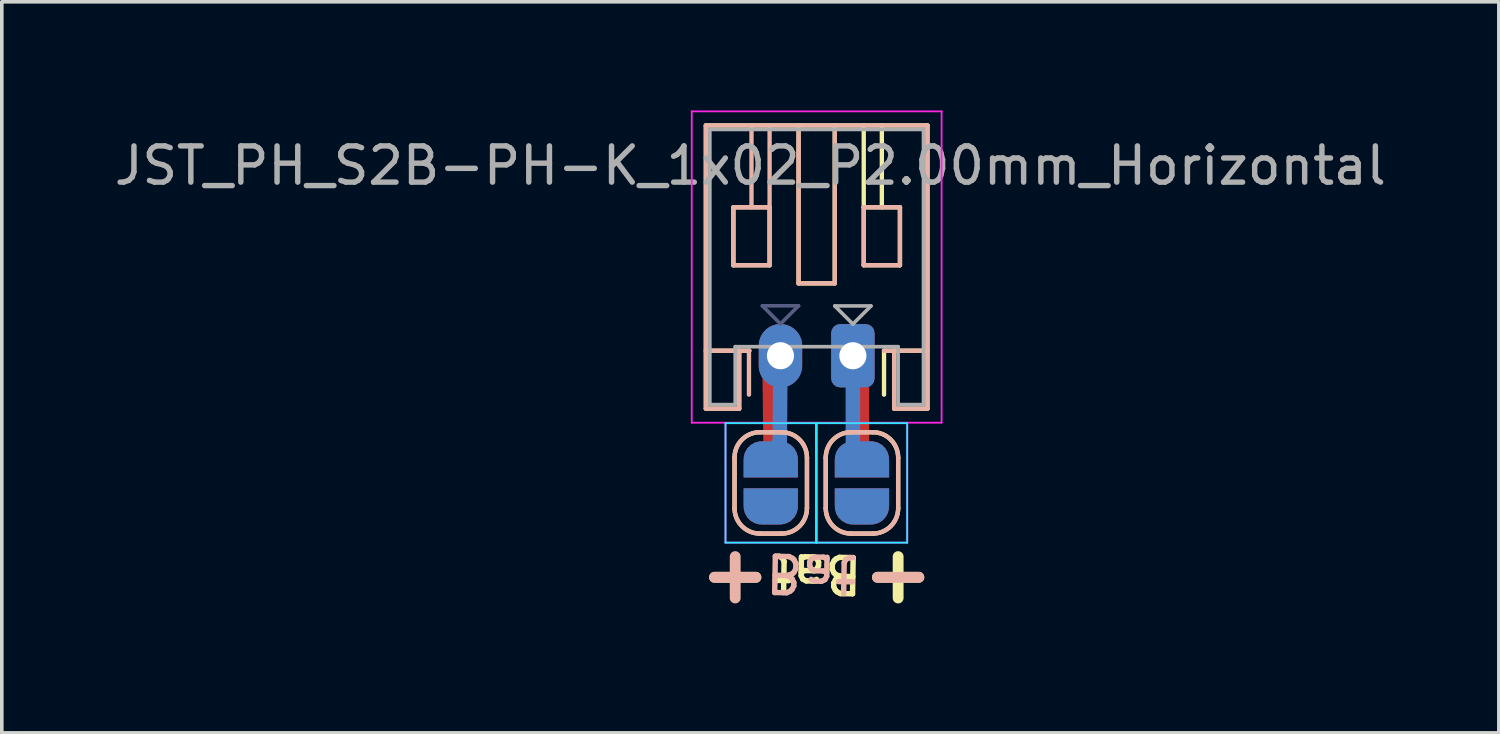
<source format=kicad_pcb>
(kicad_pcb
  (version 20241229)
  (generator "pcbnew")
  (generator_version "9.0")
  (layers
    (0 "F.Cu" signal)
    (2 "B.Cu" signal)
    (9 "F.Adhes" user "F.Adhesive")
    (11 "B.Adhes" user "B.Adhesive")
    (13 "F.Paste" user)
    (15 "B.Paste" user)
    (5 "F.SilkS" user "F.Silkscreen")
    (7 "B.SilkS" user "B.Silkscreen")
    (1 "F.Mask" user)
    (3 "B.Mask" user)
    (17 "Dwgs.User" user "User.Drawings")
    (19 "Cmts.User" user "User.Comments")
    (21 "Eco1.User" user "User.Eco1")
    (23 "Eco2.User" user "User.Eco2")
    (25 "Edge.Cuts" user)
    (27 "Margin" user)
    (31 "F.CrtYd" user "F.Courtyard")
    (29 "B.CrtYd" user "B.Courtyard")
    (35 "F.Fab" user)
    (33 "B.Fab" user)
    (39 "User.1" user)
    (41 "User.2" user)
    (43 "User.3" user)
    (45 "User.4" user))
  (footprint "JST_PH_S2B-PH-K_1x02_P2.00mm_Horizontal"
    (layer "F.Cu")
    (at 19.505 6.787)
    (property "Reference" "JST_PH_S2B-PH-K_1x02_P2.00mm_Horizontal" (at -1.832 -5.262 0) (layer "F.Fab") (effects (font (size 1 1) (thickness 0.15))))
    (attr through_hole allow_soldermask_bridges)
    (fp_line (start -3.06 -6.372) (end -3.06 1.448) (stroke (width 0.12) (type solid)) (layer "F.SilkS"))
    (fp_line (start -3.06 -0.152) (end -2.14 -0.152) (stroke (width 0.12) (type solid)) (layer "F.SilkS"))
    (fp_line (start -3.06 1.448) (end -2.14 1.448) (stroke (width 0.12) (type solid)) (layer "F.SilkS"))
    (fp_line (start -2.3 -4.112) (end -1.3 -4.112) (stroke (width 0.12) (type solid)) (layer "F.SilkS"))
    (fp_line (start -2.3 -2.512) (end -2.3 -4.112) (stroke (width 0.12) (type solid)) (layer "F.SilkS"))
    (fp_line (start -2.268 4.2) (end -2.268 2.8) (stroke (width 0.12) (type solid)) (layer "F.SilkS"))
    (fp_line (start -2.14 -0.152) (end -1.86 -0.152) (stroke (width 0.12) (type solid)) (layer "F.SilkS"))
    (fp_line (start -2.14 1.448) (end -2.14 -0.152) (stroke (width 0.12) (type solid)) (layer "F.SilkS"))
    (fp_line (start -1.568 2.1) (end -0.968 2.1) (stroke (width 0.12) (type solid)) (layer "F.SilkS"))
    (fp_line (start -1.3 -4.112) (end -1.3 -2.512) (stroke (width 0.12) (type solid)) (layer "F.SilkS"))
    (fp_line (start -1.3 -2.512) (end -2.3 -2.512) (stroke (width 0.12) (type solid)) (layer "F.SilkS"))
    (fp_line (start -0.968 4.9) (end -1.568 4.9) (stroke (width 0.12) (type solid)) (layer "F.SilkS"))
    (fp_line (start -0.5 -2.012) (end -0.5 -6.372) (stroke (width 0.12) (type solid)) (layer "F.SilkS"))
    (fp_line (start -0.268 2.8) (end -0.268 4.2) (stroke (width 0.12) (type solid)) (layer "F.SilkS"))
    (fp_line (start 0.251 4.2) (end 0.251 2.8) (stroke (width 0.12) (type solid)) (layer "F.SilkS"))
    (fp_line (start 0.5 -6.372) (end 0.5 -2.012) (stroke (width 0.12) (type solid)) (layer "F.SilkS"))
    (fp_line (start 0.5 -2.012) (end -0.5 -2.012) (stroke (width 0.12) (type solid)) (layer "F.SilkS"))
    (fp_line (start 0.951 2.1) (end 1.551 2.1) (stroke (width 0.12) (type solid)) (layer "F.SilkS"))
    (fp_line (start 1.3 -4.112) (end 1.3 -6.372) (stroke (width 0.12) (type solid)) (layer "F.SilkS"))
    (fp_line (start 1.3 -4.112) (end 1.3 -2.512) (stroke (width 0.12) (type solid)) (layer "F.SilkS"))
    (fp_line (start 1.3 -2.512) (end 2.3 -2.512) (stroke (width 0.12) (type solid)) (layer "F.SilkS"))
    (fp_line (start 1.551 4.9) (end 0.951 4.9) (stroke (width 0.12) (type solid)) (layer "F.SilkS"))
    (fp_line (start 1.8 -4.112) (end 1.8 -6.372) (stroke (width 0.12) (type solid)) (layer "F.SilkS"))
    (fp_line (start 1.86 -0.152) (end 1.86 1.063) (stroke (width 0.12) (type solid)) (layer "F.SilkS"))
    (fp_line (start 1.86 -0.152) (end 2.14 -0.152) (stroke (width 0.12) (type solid)) (layer "F.SilkS"))
    (fp_line (start 2.14 -0.152) (end 2.14 1.448) (stroke (width 0.12) (type solid)) (layer "F.SilkS"))
    (fp_line (start 2.14 1.448) (end 3.06 1.448) (stroke (width 0.12) (type solid)) (layer "F.SilkS"))
    (fp_line (start 2.251 2.8) (end 2.251 4.2) (stroke (width 0.12) (type solid)) (layer "F.SilkS"))
    (fp_line (start 2.3 -4.112) (end 1.3 -4.112) (stroke (width 0.12) (type solid)) (layer "F.SilkS"))
    (fp_line (start 2.3 -2.512) (end 2.3 -4.112) (stroke (width 0.12) (type solid)) (layer "F.SilkS"))
    (fp_line (start 3.06 -6.372) (end -3.06 -6.372) (stroke (width 0.12) (type solid)) (layer "F.SilkS"))
    (fp_line (start 3.06 -0.152) (end 2.14 -0.152) (stroke (width 0.12) (type solid)) (layer "F.SilkS"))
    (fp_line (start 3.06 1.448) (end 3.06 -6.372) (stroke (width 0.12) (type solid)) (layer "F.SilkS"))
    (fp_arc (start -2.268235 2.800001) (mid -2.06321 2.305026) (end -1.568235 2.1) (stroke (width 0.12) (type solid)) (layer "F.SilkS"))
    (fp_arc (start -1.568235 4.9) (mid -2.063209 4.694975) (end -2.268235 4.200002) (stroke (width 0.12) (type solid)) (layer "F.SilkS"))
    (fp_arc (start -0.968234 2.100001) (mid -0.473259 2.305026) (end -0.268234 2.8) (stroke (width 0.12) (type solid)) (layer "F.SilkS"))
    (fp_arc (start -0.268235 4.2) (mid -0.47326 4.694975) (end -0.968236 4.9) (stroke (width 0.12) (type solid)) (layer "F.SilkS"))
    (fp_arc (start 0.251371 2.800001) (mid 0.456396 2.305025) (end 0.951372 2.100001) (stroke (width 0.12) (type solid)) (layer "F.SilkS"))
    (fp_arc (start 0.951371 4.900001) (mid 0.456397 4.694975) (end 0.251371 4.200001) (stroke (width 0.12) (type solid)) (layer "F.SilkS"))
    (fp_arc (start 1.551371 2.100001) (mid 2.046346 2.305026) (end 2.251372 2.8) (stroke (width 0.12) (type solid)) (layer "F.SilkS"))
    (fp_arc (start 2.251371 4.200001) (mid 2.046345 4.694975) (end 1.551371 4.900001) (stroke (width 0.12) (type solid)) (layer "F.SilkS"))
    (fp_line (start -3.06 -6.372) (end 3.06 -6.372) (stroke (width 0.12) (type solid)) (layer "B.SilkS"))
    (fp_line (start -3.06 -0.152) (end -2.14 -0.152) (stroke (width 0.12) (type solid)) (layer "B.SilkS"))
    (fp_line (start -3.06 1.448) (end -3.06 -6.372) (stroke (width 0.12) (type solid)) (layer "B.SilkS"))
    (fp_line (start -2.3 -4.112) (end -1.3 -4.112) (stroke (width 0.12) (type solid)) (layer "B.SilkS"))
    (fp_line (start -2.3 -2.512) (end -2.3 -4.112) (stroke (width 0.12) (type solid)) (layer "B.SilkS"))
    (fp_line (start -2.268 2.8) (end -2.268 4.2) (stroke (width 0.12) (type solid)) (layer "B.SilkS"))
    (fp_line (start -2.14 -0.152) (end -2.14 1.448) (stroke (width 0.12) (type solid)) (layer "B.SilkS"))
    (fp_line (start -2.14 1.448) (end -3.06 1.448) (stroke (width 0.12) (type solid)) (layer "B.SilkS"))
    (fp_line (start -1.87 -0.152) (end -1.87 1.063) (stroke (width 0.12) (type solid)) (layer "B.SilkS"))
    (fp_line (start -1.86 -0.152) (end -2.14 -0.152) (stroke (width 0.12) (type solid)) (layer "B.SilkS"))
    (fp_line (start -1.8 -4.112) (end -1.8 -6.372) (stroke (width 0.12) (type solid)) (layer "B.SilkS"))
    (fp_line (start -1.568 4.9) (end -0.968 4.9) (stroke (width 0.12) (type solid)) (layer "B.SilkS"))
    (fp_line (start -1.3 -4.112) (end -1.3 -6.372) (stroke (width 0.12) (type solid)) (layer "B.SilkS"))
    (fp_line (start -1.3 -4.112) (end -1.3 -2.512) (stroke (width 0.12) (type solid)) (layer "B.SilkS"))
    (fp_line (start -1.3 -2.512) (end -2.3 -2.512) (stroke (width 0.12) (type solid)) (layer "B.SilkS"))
    (fp_line (start -0.968 2.1) (end -1.568 2.1) (stroke (width 0.12) (type solid)) (layer "B.SilkS"))
    (fp_line (start -0.5 -6.372) (end -0.5 -2.012) (stroke (width 0.12) (type solid)) (layer "B.SilkS"))
    (fp_line (start -0.5 -2.012) (end 0.5 -2.012) (stroke (width 0.12) (type solid)) (layer "B.SilkS"))
    (fp_line (start -0.268 4.2) (end -0.268 2.8) (stroke (width 0.12) (type solid)) (layer "B.SilkS"))
    (fp_line (start 0.25 2.8) (end 0.25 4.2) (stroke (width 0.12) (type solid)) (layer "B.SilkS"))
    (fp_line (start 0.5 -2.012) (end 0.5 -6.372) (stroke (width 0.12) (type solid)) (layer "B.SilkS"))
    (fp_line (start 0.95 4.9) (end 1.55 4.9) (stroke (width 0.12) (type solid)) (layer "B.SilkS"))
    (fp_line (start 1.3 -4.112) (end 1.3 -2.512) (stroke (width 0.12) (type solid)) (layer "B.SilkS"))
    (fp_line (start 1.3 -2.512) (end 2.3 -2.512) (stroke (width 0.12) (type solid)) (layer "B.SilkS"))
    (fp_line (start 1.55 2.1) (end 0.95 2.1) (stroke (width 0.12) (type solid)) (layer "B.SilkS"))
    (fp_line (start 2.14 -0.152) (end 1.86 -0.152) (stroke (width 0.12) (type solid)) (layer "B.SilkS"))
    (fp_line (start 2.14 1.448) (end 2.14 -0.152) (stroke (width 0.12) (type solid)) (layer "B.SilkS"))
    (fp_line (start 2.25 4.2) (end 2.25 2.8) (stroke (width 0.12) (type solid)) (layer "B.SilkS"))
    (fp_line (start 2.3 -4.112) (end 1.3 -4.112) (stroke (width 0.12) (type solid)) (layer "B.SilkS"))
    (fp_line (start 2.3 -2.512) (end 2.3 -4.112) (stroke (width 0.12) (type solid)) (layer "B.SilkS"))
    (fp_line (start 3.06 -6.372) (end 3.06 1.448) (stroke (width 0.12) (type solid)) (layer "B.SilkS"))
    (fp_line (start 3.06 -0.152) (end 2.14 -0.152) (stroke (width 0.12) (type solid)) (layer "B.SilkS"))
    (fp_line (start 3.06 1.448) (end 2.14 1.448) (stroke (width 0.12) (type solid)) (layer "B.SilkS"))
    (fp_arc (start -2.268235 2.800001) (mid -2.06321 2.305026) (end -1.568235 2.1) (stroke (width 0.12) (type solid)) (layer "B.SilkS"))
    (fp_arc (start -1.568235 4.9) (mid -2.063209 4.694975) (end -2.268235 4.200002) (stroke (width 0.12) (type solid)) (layer "B.SilkS"))
    (fp_arc (start -0.968234 2.100001) (mid -0.473259 2.305026) (end -0.268234 2.8) (stroke (width 0.12) (type solid)) (layer "B.SilkS"))
    (fp_arc (start -0.268235 4.2) (mid -0.47326 4.694975) (end -0.968236 4.9) (stroke (width 0.12) (type solid)) (layer "B.SilkS"))
    (fp_arc (start 0.250062 2.800002) (mid 0.455087 2.305027) (end 0.950061 2.1) (stroke (width 0.12) (type solid)) (layer "B.SilkS"))
    (fp_arc (start 0.950062 4.900002) (mid 0.455087 4.694977) (end 0.250061 4.200002) (stroke (width 0.12) (type solid)) (layer "B.SilkS"))
    (fp_arc (start 1.550062 2.100001) (mid 2.045037 2.305027) (end 2.250063 2.800003) (stroke (width 0.12) (type solid)) (layer "B.SilkS"))
    (fp_arc (start 2.250061 4.200002) (mid 2.045035 4.694975) (end 1.550062 4.900002) (stroke (width 0.12) (type solid)) (layer "B.SilkS"))
    (fp_line (start 0.34 -0.652) (end 0.34 0.626) (stroke (width 0.12) (type solid)) (layer "B.Adhes"))
    (fp_line (start 1.358 -0.95) (end 0.64 -0.952) (stroke (width 0.12) (type solid)) (layer "B.Adhes"))
    (fp_line (start 1.358 0.926) (end 0.64 0.926) (stroke (width 0.12) (type solid)) (layer "B.Adhes"))
    (fp_line (start 1.658 0.626) (end 1.658 -0.65) (stroke (width 0.12) (type solid)) (layer "B.Adhes"))
    (fp_arc (start 0.340061 -0.651649) (mid 0.427929 -0.863782) (end 0.640061 -0.95165) (stroke (width 0.12) (type solid)) (layer "B.Adhes"))
    (fp_arc (start 0.640061 0.926218) (mid 0.427929 0.83835) (end 0.340061 0.626218) (stroke (width 0.12) (type solid)) (layer "B.Adhes"))
    (fp_arc (start 1.357928 -0.949518) (mid 1.570061 -0.86165) (end 1.657929 -0.649518) (stroke (width 0.12) (type solid)) (layer "B.Adhes"))
    (fp_arc (start 1.657928 0.626218) (mid 1.57006 0.83835) (end 1.357928 0.926219) (stroke (width 0.12) (type solid)) (layer "B.Adhes"))
    (fp_line (start -2.518 1.85) (end -2.518 5.15) (stroke (width 0.05) (type solid)) (layer "B.CrtYd"))
    (fp_line (start -2.518 1.85) (end -0.018 1.85) (stroke (width 0.05) (type solid)) (layer "B.CrtYd"))
    (fp_line (start -0.018 5.15) (end -2.518 5.15) (stroke (width 0.05) (type solid)) (layer "B.CrtYd"))
    (fp_line (start -0.018 5.15) (end -0.018 1.85) (stroke (width 0.05) (type solid)) (layer "B.CrtYd"))
    (fp_line (start 0.000061 1.85) (end 0.000062 5.15) (stroke (width 0.05) (type solid)) (layer "B.CrtYd"))
    (fp_line (start 0.000061 1.85) (end 2.5 1.85) (stroke (width 0.05) (type solid)) (layer "B.CrtYd"))
    (fp_line (start 2.5 5.15) (end 0.000062 5.15) (stroke (width 0.05) (type solid)) (layer "B.CrtYd"))
    (fp_line (start 2.5 5.15) (end 2.5 1.85) (stroke (width 0.05) (type solid)) (layer "B.CrtYd"))
    (fp_line (start -3.45 -6.762) (end -3.45 1.838) (stroke (width 0.05) (type solid)) (layer "F.CrtYd"))
    (fp_line (start -3.45 1.838) (end 3.45 1.838) (stroke (width 0.05) (type solid)) (layer "F.CrtYd"))
    (fp_line (start -2.518 5.15) (end -2.518 1.85) (stroke (width 0.05) (type solid)) (layer "F.CrtYd"))
    (fp_line (start -2.518 5.15) (end -0.018 5.15) (stroke (width 0.05) (type solid)) (layer "F.CrtYd"))
    (fp_line (start -0.018 1.85) (end -2.518 1.85) (stroke (width 0.05) (type solid)) (layer "F.CrtYd"))
    (fp_line (start -0.018 1.85) (end -0.018 5.15) (stroke (width 0.05) (type solid)) (layer "F.CrtYd"))
    (fp_line (start 0.001 5.15) (end 0.001 1.85) (stroke (width 0.05) (type solid)) (layer "F.CrtYd"))
    (fp_line (start 0.001 5.15) (end 2.501 5.15) (stroke (width 0.05) (type solid)) (layer "F.CrtYd"))
    (fp_line (start 2.501 1.85) (end 0.001 1.85) (stroke (width 0.05) (type solid)) (layer "F.CrtYd"))
    (fp_line (start 2.501 1.85) (end 2.501 5.15) (stroke (width 0.05) (type solid)) (layer "F.CrtYd"))
    (fp_line (start 3.45 -6.762) (end -3.45 -6.762) (stroke (width 0.05) (type solid)) (layer "F.CrtYd"))
    (fp_line (start 3.45 1.838) (end 3.45 -6.762) (stroke (width 0.05) (type solid)) (layer "F.CrtYd"))
    (fp_line (start -1.5 -1.392) (end -0.5 -1.392) (stroke (width 0.1) (type solid)) (layer "B.Fab"))
    (fp_line (start -1 -0.892) (end -1.5 -1.392) (stroke (width 0.1) (type solid)) (layer "B.Fab"))
    (fp_line (start -0.5 -1.392) (end -1 -0.892) (stroke (width 0.1) (type solid)) (layer "B.Fab"))
    (fp_line (start -2.95 -6.262) (end -2.95 1.338) (stroke (width 0.1) (type solid)) (layer "F.Fab"))
    (fp_line (start -2.95 1.338) (end -2.25 1.338) (stroke (width 0.1) (type solid)) (layer "F.Fab"))
    (fp_line (start -2.25 -0.262) (end 2.25 -0.262) (stroke (width 0.1) (type solid)) (layer "F.Fab"))
    (fp_line (start -2.25 1.338) (end -2.25 -0.262) (stroke (width 0.1) (type solid)) (layer "F.Fab"))
    (fp_line (start 0.5 -1.387) (end 1 -0.887) (stroke (width 0.1) (type solid)) (layer "F.Fab"))
    (fp_line (start 1 -0.887) (end 1.5 -1.387) (stroke (width 0.1) (type solid)) (layer "F.Fab"))
    (fp_line (start 1.5 -1.387) (end 0.5 -1.387) (stroke (width 0.1) (type solid)) (layer "F.Fab"))
    (fp_line (start 2.25 -0.262) (end 2.25 1.338) (stroke (width 0.1) (type solid)) (layer "F.Fab"))
    (fp_line (start 2.25 1.338) (end 2.95 1.338) (stroke (width 0.1) (type solid)) (layer "F.Fab"))
    (fp_line (start 2.95 -6.262) (end -2.95 -6.262) (stroke (width 0.1) (type solid)) (layer "F.Fab"))
    (fp_line (start 2.95 1.338) (end 2.95 -6.262) (stroke (width 0.1) (type solid)) (layer "F.Fab"))
    (fp_text user "-" (at -2.25 6 0) (layer "F.SilkS") (effects (font (size 1.5 1.5) (thickness 0.3)) (justify mirror)))
    (fp_text user "Bat" (at 0 6 179) (unlocked yes) (layer "F.SilkS") (effects (font (size 1 1) (thickness 0.15))))
    (fp_text user "+" (at 2.25 6 180) (layer "F.SilkS") (effects (font (size 1.5 1.5) (thickness 0.3)) (justify mirror)))
    (fp_text user "Bat" (at -0.15 6 179) (unlocked yes) (layer "B.SilkS") (effects (font (size 1 1) (thickness 0.15)) (justify mirror)))
    (fp_text user "+" (at -2.25 6 180) (layer "B.SilkS") (effects (font (size 1.5 1.5) (thickness 0.3))))
    (fp_text user "-" (at 2.25 6 0) (layer "B.SilkS") (effects (font (size 1.5 1.5) (thickness 0.3))))
    (pad "" smd oval (at -1 -0.012 180) (size 1.3 1.85) (layers "B.Adhes"))
    (pad "1" smd custom (at -1.268 4.15 270) (size 1 0.5) (layers "F.Cu" "F.Mask") (options (anchor rect)) (primitives (gr_circle (center 0 0.25) (end 0.5 0.25) (width 0) (fill yes)) (gr_circle (center 0 -0.25) (end 0.5 -0.25) (width 0) (fill yes)) (gr_poly (pts (xy 0 0.75) (xy -0.5 0.75) (xy -0.5 -0.75) (xy 0 -0.75)) (width 0) (fill yes))))
    (pad "1" smd custom (at 1.25 4.15 270) (size 1 0.5) (layers "B.Cu" "B.Mask") (options (anchor rect)) (primitives (gr_circle (center 0 -0.25) (end 0.5 -0.25) (width 0) (fill yes)) (gr_circle (center 0 0.25) (end 0.5 0.25) (width 0) (fill yes)) (gr_poly (pts (xy 0 -0.75) (xy -0.5 -0.75) (xy -0.5 0.75) (xy 0 0.75)) (width 0) (fill yes))))
    (pad "2" smd custom (at -1.268 4.15 270) (size 1 0.5) (layers "B.Cu" "B.Mask") (options (anchor rect)) (primitives (gr_circle (center 0 -0.25) (end 0.5 -0.25) (width 0) (fill yes)) (gr_circle (center 0 0.25) (end 0.5 0.25) (width 0) (fill yes)) (gr_poly (pts (xy 0 -0.75) (xy -0.5 -0.75) (xy -0.5 0.75) (xy 0 0.75)) (width 0) (fill yes))))
    (pad "2" smd custom (at 1.251 4.15 270) (size 1 0.5) (layers "F.Cu" "F.Mask") (options (anchor rect)) (primitives (gr_poly (pts (xy 0 0.75) (xy -0.5 0.75) (xy -0.5 -0.75) (xy 0 -0.75)) (width 0) (fill yes)) (gr_circle (center 0 -0.25) (end 0.5 -0.25) (width 0) (fill yes)) (gr_circle (center 0 0.25) (end 0.5 0.25) (width 0) (fill yes))))
    (pad "3" thru_hole custom (at 1 -0.012 180) (size 1.2 1.2) (drill 0.75) (layers "*.Cu" "*.Mask") (options (anchor circle)) (primitives (gr_poly (pts (xy -0.6 -0.625) (xy -0.581 -0.721) (xy -0.527 -0.802) (xy -0.446 -0.856) (xy -0.35 -0.875) (xy 0.35 -0.875) (xy 0.446 -0.856) (xy 0.527 -0.802) (xy 0.581 -0.721) (xy 0.6 -0.625) (xy 0.6 0.625) (xy 0.581 0.721) (xy 0.527 0.802) (xy 0.446 0.856) (xy 0.35 0.875) (xy -0.35 0.875) (xy -0.446 0.856) (xy -0.527 0.802) (xy -0.581 0.721) (xy -0.6 0.625)) (width 0) (fill yes))))
    (pad "3" smd custom (at 1.25 2.85 270) (size 1 0.5) (layers "B.Cu" "B.Mask") (options (anchor rect)) (primitives (gr_poly (pts (xy 0.5 -0.75) (xy 0 -0.75) (xy 0 0.75) (xy 0.5 0.75)) (width 0) (fill yes)) (gr_circle (center 0 0.25) (end 0.5 0.25) (width 0) (fill yes)) (gr_circle (center 0 -0.25) (end 0.5 -0.25) (width 0) (fill yes)) (gr_line (start -2.862 0.25) (end -0.462 0.25) (width 0.4)) (gr_line (start -0.462 0.25) (end 0 0) (width 0.4))))
    (pad "3" smd custom (at 1.251 2.85 270) (size 1 0.5) (layers "F.Cu" "F.Mask") (options (anchor rect)) (primitives (gr_poly (pts (xy 0.5 0.75) (xy 0 0.75) (xy 0 -0.75) (xy 0.5 -0.75)) (width 0) (fill yes)) (gr_circle (center 0 -0.25) (end 0.5 -0.25) (width 0) (fill yes)) (gr_circle (center 0 0.25) (end 0.5 0.25) (width 0) (fill yes)) (gr_line (start 0 0) (end -2.6 0.001) (width 0.4)) (gr_line (start -2.862 0.251) (end -2.6 0.001) (width 0.4))))
    (pad "4" smd custom (at -1.268 2.85 270) (size 1 0.5) (layers "F.Cu" "F.Mask") (options (anchor rect)) (primitives (gr_poly (pts (xy 0.5 0.75) (xy 0 0.75) (xy 0 -0.75) (xy 0.5 -0.75)) (width 0) (fill yes)) (gr_circle (center 0 -0.25) (end 0.5 -0.25) (width 0) (fill yes)) (gr_circle (center 0 0.25) (end 0.5 0.25) (width 0) (fill yes)) (gr_line (start 0 0) (end -2.5 0.032) (width 0.4)) (gr_line (start -2.5 0.032) (end -2.862 -0.268) (width 0.4))))
    (pad "4" smd custom (at -1.268 2.85 270) (size 1 0.5) (layers "B.Cu" "B.Mask") (options (anchor rect)) (primitives (gr_poly (pts (xy 0.5 -0.75) (xy 0 -0.75) (xy 0 0.75) (xy 0.5 0.75)) (width 0) (fill yes)) (gr_circle (center 0 0.25) (end 0.5 0.25) (width 0) (fill yes)) (gr_circle (center 0 -0.25) (end 0.5 -0.25) (width 0) (fill yes)) (gr_line (start -0.5 -0.25) (end 0 0) (width 0.4)) (gr_line (start -2.862 -0.268) (end -0.512 -0.25) (width 0.4))))
    (pad "4" thru_hole oval (at -1 -0.012 180) (size 1.2 1.75) (drill 0.75) (layers "*.Cu" "*.Mask")))
  (gr_rect
    (start -3 -3)
    (end 38.345 17.191)
    (stroke (width 0.1) (type default))
    (fill no)
    (layer "Edge.Cuts")))
</source>
